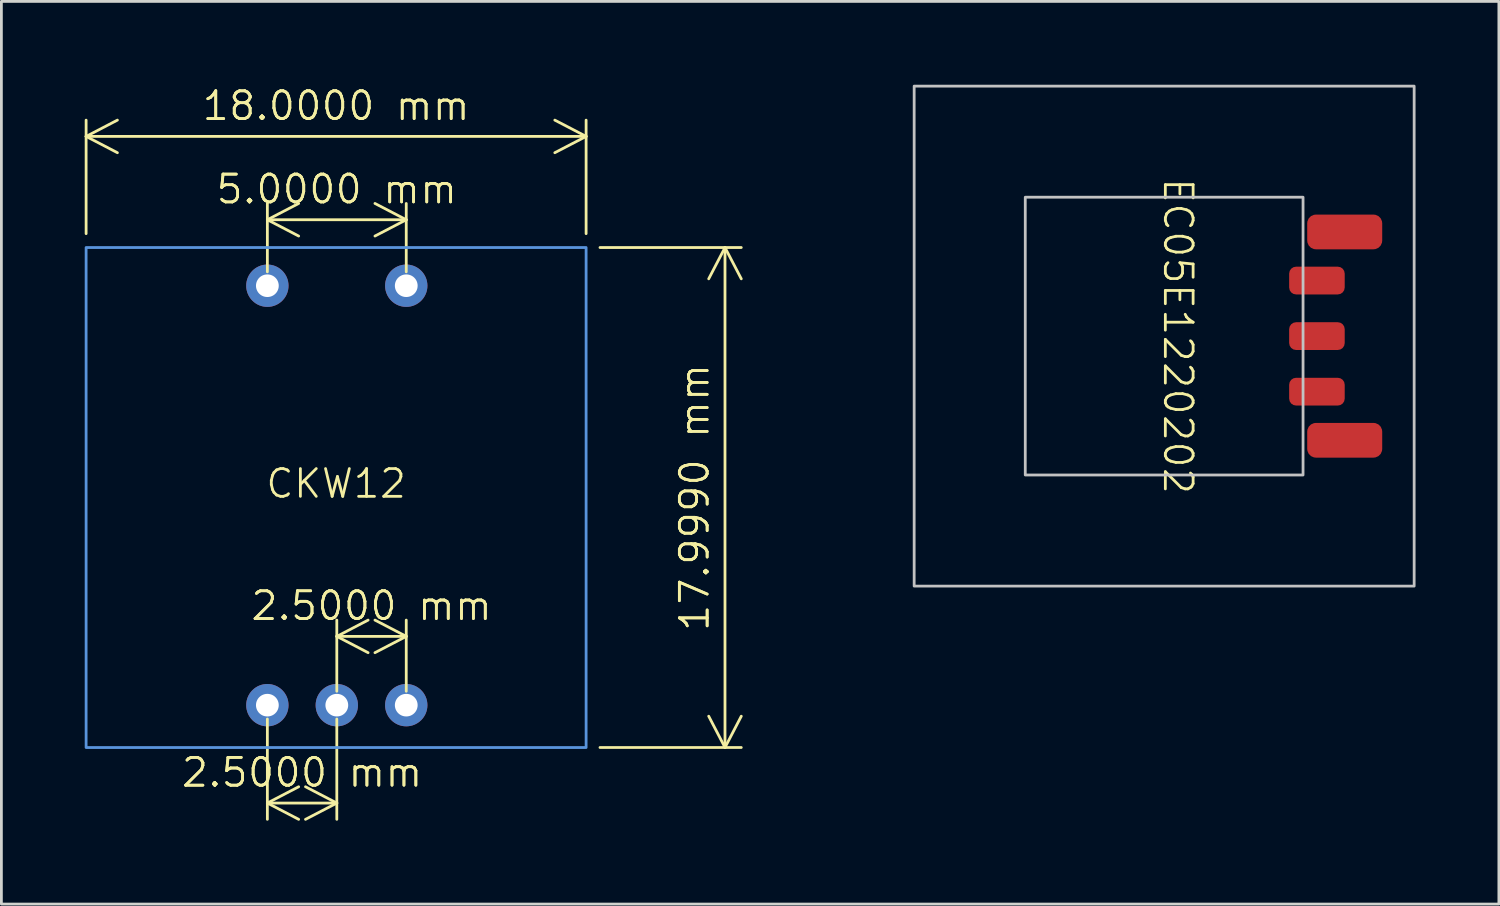
<source format=kicad_pcb>
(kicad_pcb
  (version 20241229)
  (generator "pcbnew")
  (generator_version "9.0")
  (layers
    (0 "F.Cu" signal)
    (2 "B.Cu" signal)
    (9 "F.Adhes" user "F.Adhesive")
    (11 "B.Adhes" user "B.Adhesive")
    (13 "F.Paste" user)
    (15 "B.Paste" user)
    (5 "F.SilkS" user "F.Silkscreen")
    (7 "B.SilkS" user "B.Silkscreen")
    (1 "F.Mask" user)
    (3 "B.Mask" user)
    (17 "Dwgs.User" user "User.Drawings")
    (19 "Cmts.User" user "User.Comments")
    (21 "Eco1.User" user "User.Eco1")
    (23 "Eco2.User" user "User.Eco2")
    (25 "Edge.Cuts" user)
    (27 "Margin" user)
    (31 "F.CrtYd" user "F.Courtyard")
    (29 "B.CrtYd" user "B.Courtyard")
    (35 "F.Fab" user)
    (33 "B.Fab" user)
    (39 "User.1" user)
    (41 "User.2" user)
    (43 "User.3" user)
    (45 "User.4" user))
  (footprint "EC05E1220202"
    (layer "F.Cu")
    (at 38.86 9.05)
    (property "Reference" "EC05E1220202" (at 0.5 0 270) (unlocked yes) (layer "F.SilkS") (effects (font (size 1 1) (thickness 0.1))))
    (attr smd exclude_from_pos_files exclude_from_bom)
    (fp_rect (start -9 -9) (end 9 9) (stroke (width 0.1) (type default)) (fill no) (layer "Dwgs.User"))
    (fp_rect (start -5 -5) (end 5 5) (stroke (width 0.1) (type default)) (fill no) (layer "Dwgs.User"))
    (pad "" smd roundrect (at 6.5 -3.75) (size 2.7 1.25) (layers "F.Cu" "F.Mask" "F.Paste") (roundrect_rratio 0.25))
    (pad "" smd roundrect (at 6.5 3.75) (size 2.7 1.25) (layers "F.Cu" "F.Mask" "F.Paste") (roundrect_rratio 0.25))
    (pad "A" smd roundrect (at 5.5 2) (size 2 1) (layers "F.Cu" "F.Mask" "F.Paste") (roundrect_rratio 0.25))
    (pad "B" smd roundrect (at 5.5 -2) (size 2 1) (layers "F.Cu" "F.Mask" "F.Paste") (roundrect_rratio 0.25))
    (pad "C" smd roundrect (at 5.5 0) (size 2 1) (layers "F.Cu" "F.Mask" "F.Paste") (roundrect_rratio 0.25)))
  (footprint "CKW12"
    (layer "F.Cu")
    (at 9.05 14.861)
    (property "Reference" "CKW12" (at 0 -0.5 0) (unlocked yes) (layer "F.SilkS") (effects (font (size 1 1) (thickness 0.1))))
    (attr smd exclude_from_pos_files exclude_from_bom)
    (fp_rect (start -9 -9) (end 9 9) (stroke (width 0.1) (type default)) (fill no) (layer "Cmts.User"))
    (dimension (type aligned) (layer "F.SilkS") (pts (xy 0.05 5.861) (xy 18.05 5.861)) (height -4) (format (prefix "") (suffix "") (units 3) (units_format 1) (precision 4)) (style (thickness 0.1) (arrow_length 1.27) (text_position_mode 0) (arrow_direction outward) (extension_height 0.586) (extension_offset 0.5) (keep_text_aligned yes)) (gr_text "18.0000 mm" (at 9.05 0.76 0) (layer "F.SilkS") (effects (font (size 1 1) (thickness 0.1)))))
    (dimension (type aligned) (layer "F.SilkS") (pts (xy 6.575 7.236) (xy 11.575 7.236)) (height -2.375) (format (prefix "") (suffix "") (units 3) (units_format 1) (precision 4)) (style (thickness 0.1) (arrow_length 1.27) (text_position_mode 0) (arrow_direction outward) (extension_height 0.586) (extension_offset 0.5) (keep_text_aligned yes)) (gr_text "5.0000 mm" (at 9.075 3.76 0) (layer "F.SilkS") (effects (font (size 1 1) (thickness 0.1)))))
    (dimension (type aligned) (layer "F.SilkS") (pts (xy 18.05 5.861) (xy 18.05 23.86)) (height -5) (format (prefix "") (suffix "") (units 3) (units_format 1) (precision 4)) (style (thickness 0.1) (arrow_length 1.27) (text_position_mode 0) (arrow_direction outward) (extension_height 0.586) (extension_offset 0.5) (keep_text_aligned yes)) (gr_text "18.0000 mm" (at 21.95 14.861 90) (layer "F.SilkS") (effects (font (size 1 1) (thickness 0.1)))))
    (dimension (type aligned) (layer "F.SilkS") (pts (xy 9.075 22.335) (xy 11.575 22.335)) (height -2.475) (format (prefix "") (suffix "") (units 3) (units_format 1) (precision 4)) (style (thickness 0.1) (arrow_length 1.27) (text_position_mode 0) (arrow_direction outward) (extension_height 0.586) (extension_offset 0.5) (keep_text_aligned yes)) (gr_text "2.5000 mm" (at 10.325 18.761 0) (layer "F.SilkS") (effects (font (size 1 1) (thickness 0.1)))))
    (dimension (type aligned) (layer "F.SilkS") (pts (xy 6.575 22.335) (xy 9.075 22.335)) (height 3.525) (format (prefix "") (suffix "") (units 3) (units_format 1) (precision 4)) (style (thickness 0.1) (arrow_length 1.27) (text_position_mode 0) (arrow_direction outward) (extension_height 0.586) (extension_offset 0.5) (keep_text_aligned yes)) (gr_text "2.5000 mm" (at 7.825 24.761 0) (layer "F.SilkS") (effects (font (size 1 1) (thickness 0.1)))))
    (pad "1" thru_hole circle (at 2.525 -7.625) (size 1.524 1.524) (drill oval 0.82 0.813) (layers "*.Cu" "*.Mask"))
    (pad "2" thru_hole circle (at -2.475 -7.625) (size 1.524 1.524) (drill oval 0.82 0.813) (layers "*.Cu" "*.Mask"))
    (pad "A" thru_hole circle (at -2.475 7.475) (size 1.524 1.524) (drill oval 0.82 0.813) (layers "*.Cu" "*.Mask"))
    (pad "B" thru_hole circle (at 2.525 7.475) (size 1.524 1.524) (drill oval 0.82 0.813) (layers "*.Cu" "*.Mask"))
    (pad "C" thru_hole circle (at 0.025 7.475) (size 1.524 1.524) (drill oval 0.82 0.813) (layers "*.Cu" "*.Mask")))
  (gr_rect
    (start -3 -3)
    (end 50.91 29.497)
    (stroke (width 0.1) (type default))
    (fill no)
    (layer "Edge.Cuts")))
</source>
